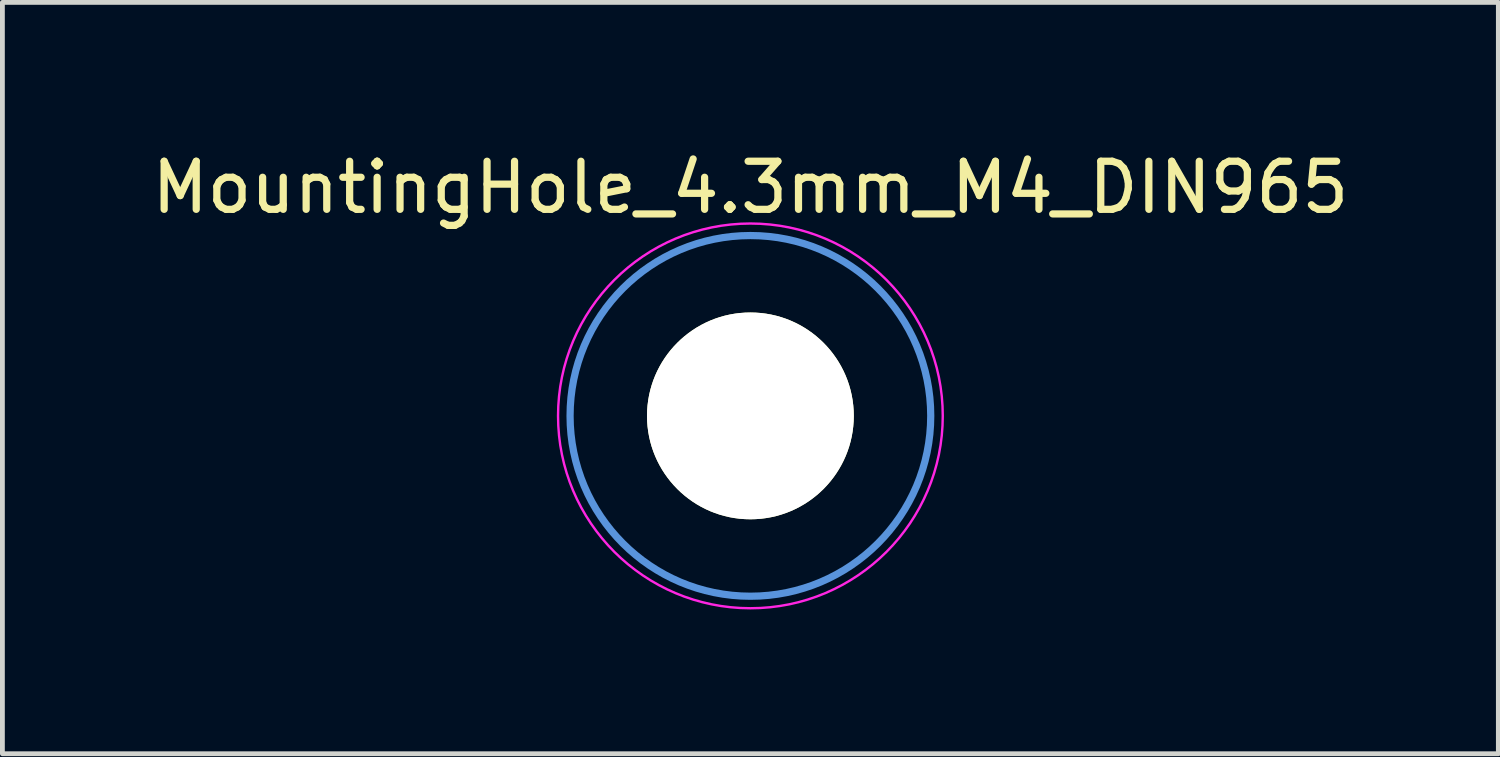
<source format=kicad_pcb>
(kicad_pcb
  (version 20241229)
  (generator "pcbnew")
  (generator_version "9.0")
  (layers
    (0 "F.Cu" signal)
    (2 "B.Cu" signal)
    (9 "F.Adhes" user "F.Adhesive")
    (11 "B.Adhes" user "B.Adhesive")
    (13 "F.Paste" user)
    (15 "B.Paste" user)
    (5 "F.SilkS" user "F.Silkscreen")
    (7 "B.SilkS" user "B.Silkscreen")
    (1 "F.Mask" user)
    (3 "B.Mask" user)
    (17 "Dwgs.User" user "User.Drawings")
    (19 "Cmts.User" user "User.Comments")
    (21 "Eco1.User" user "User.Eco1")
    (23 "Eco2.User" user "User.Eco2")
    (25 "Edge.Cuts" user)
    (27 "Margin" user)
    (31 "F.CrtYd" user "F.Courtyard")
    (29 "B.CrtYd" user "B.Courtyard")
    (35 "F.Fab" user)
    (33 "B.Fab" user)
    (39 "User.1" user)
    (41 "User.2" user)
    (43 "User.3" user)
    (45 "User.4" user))
  (footprint "MountingHole_4.3mm_M4_DIN965"
    (layer "F.Cu")
    (at 12.554 5.598)
    (property "Reference" "MountingHole_4.3mm_M4_DIN965" (at 0 -4.75 0) (layer "F.SilkS") (effects (font (size 1 1) (thickness 0.15))))
    (attr through_hole)
    (fp_circle (center 0 0) (end 3.75 0) (stroke (width 0.15) (type solid)) (fill no) (layer "Cmts.User"))
    (fp_circle (center 0 0) (end 4 0) (stroke (width 0.05) (type solid)) (fill no) (layer "F.CrtYd"))
    (pad "" np_thru_hole circle (at 0 0) (size 4.3 4.3) (drill 4.3) (layers "*.Cu" "*.Mask" "F.SilkS")))
  (gr_rect
    (start -3 -3)
    (end 28.107 12.623)
    (stroke (width 0.1) (type default))
    (fill no)
    (layer "Edge.Cuts")))
</source>
